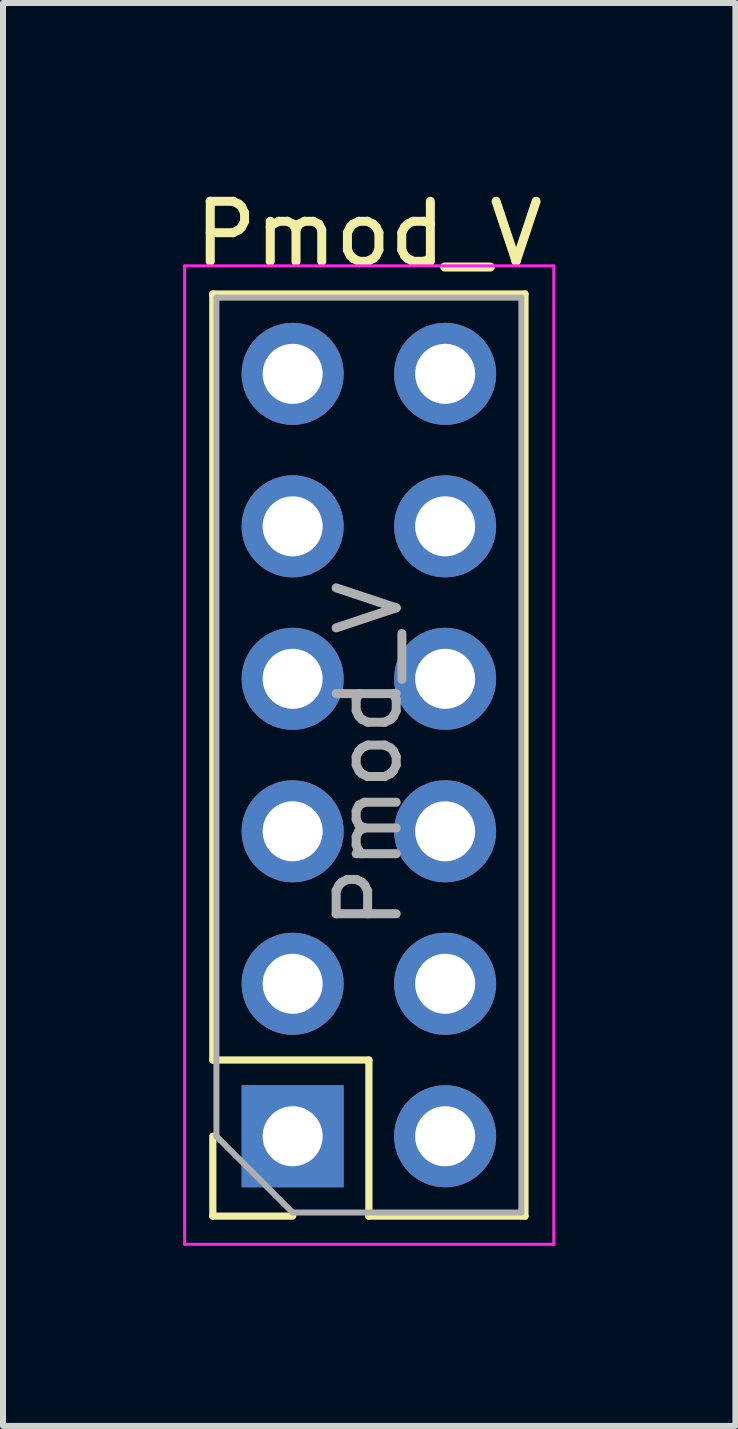
<source format=kicad_pcb>
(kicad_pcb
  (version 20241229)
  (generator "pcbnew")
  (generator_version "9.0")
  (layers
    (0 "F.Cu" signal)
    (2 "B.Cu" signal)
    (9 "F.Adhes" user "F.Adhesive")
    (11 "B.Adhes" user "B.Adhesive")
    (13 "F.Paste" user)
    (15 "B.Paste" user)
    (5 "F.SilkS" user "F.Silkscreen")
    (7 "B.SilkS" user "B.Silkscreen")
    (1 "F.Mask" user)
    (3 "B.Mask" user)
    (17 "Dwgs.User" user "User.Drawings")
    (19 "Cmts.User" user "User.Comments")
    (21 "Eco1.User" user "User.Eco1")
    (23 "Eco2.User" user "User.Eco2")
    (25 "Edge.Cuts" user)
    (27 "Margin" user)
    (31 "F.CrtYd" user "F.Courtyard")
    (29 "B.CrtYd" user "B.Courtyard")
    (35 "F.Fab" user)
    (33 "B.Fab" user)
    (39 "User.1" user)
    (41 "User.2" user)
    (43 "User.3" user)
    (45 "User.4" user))
  (footprint "Pmod_V"
    (layer "F.Cu")
    (at 3.095 9.528)
    (property "Reference" "Pmod_V" (at 0 -8.68 0) (layer "F.SilkS") (effects (font (size 1 1) (thickness 0.15))))
    (attr through_hole)
    (fp_line (start -2.6 -7.68) (end 2.6 -7.68) (stroke (width 0.12) (type solid)) (layer "F.SilkS"))
    (fp_line (start -2.6 5.08) (end -2.6 -7.68) (stroke (width 0.12) (type solid)) (layer "F.SilkS"))
    (fp_line (start -2.6 5.08) (end 0 5.08) (stroke (width 0.12) (type solid)) (layer "F.SilkS"))
    (fp_line (start -2.6 6.35) (end -2.6 7.68) (stroke (width 0.12) (type solid)) (layer "F.SilkS"))
    (fp_line (start -2.6 7.68) (end -1.27 7.68) (stroke (width 0.12) (type solid)) (layer "F.SilkS"))
    (fp_line (start 0 5.08) (end 0 7.68) (stroke (width 0.12) (type solid)) (layer "F.SilkS"))
    (fp_line (start 0 7.68) (end 2.6 7.68) (stroke (width 0.12) (type solid)) (layer "F.SilkS"))
    (fp_line (start 2.6 7.68) (end 2.6 -7.68) (stroke (width 0.12) (type solid)) (layer "F.SilkS"))
    (fp_line (start -3.07 -8.15) (end 3.08 -8.15) (stroke (width 0.05) (type solid)) (layer "F.CrtYd"))
    (fp_line (start -3.07 8.15) (end -3.07 -8.15) (stroke (width 0.05) (type solid)) (layer "F.CrtYd"))
    (fp_line (start 3.08 -8.15) (end 3.08 8.15) (stroke (width 0.05) (type solid)) (layer "F.CrtYd"))
    (fp_line (start 3.08 8.15) (end -3.07 8.15) (stroke (width 0.05) (type solid)) (layer "F.CrtYd"))
    (fp_line (start -2.54 -7.62) (end -2.54 6.35) (stroke (width 0.1) (type solid)) (layer "F.Fab"))
    (fp_line (start -2.54 6.35) (end -1.27 7.62) (stroke (width 0.1) (type solid)) (layer "F.Fab"))
    (fp_line (start -1.27 7.62) (end 2.54 7.62) (stroke (width 0.1) (type solid)) (layer "F.Fab"))
    (fp_line (start 2.54 -7.62) (end -2.54 -7.62) (stroke (width 0.1) (type solid)) (layer "F.Fab"))
    (fp_line (start 2.54 7.62) (end 2.54 -7.62) (stroke (width 0.1) (type solid)) (layer "F.Fab"))
    (fp_text user "${REFERENCE}" (at 0 0 90) (layer "F.Fab") (effects (font (size 1 1) (thickness 0.15))))
    (pad "1" thru_hole rect (at -1.27 6.35) (size 1.7 1.7) (drill 1) (layers "*.Cu" "*.Mask"))
    (pad "2" thru_hole oval (at -1.27 3.81) (size 1.7 1.7) (drill 1) (layers "*.Cu" "*.Mask"))
    (pad "3" thru_hole oval (at -1.27 1.27) (size 1.7 1.7) (drill 1) (layers "*.Cu" "*.Mask"))
    (pad "4" thru_hole oval (at -1.27 -1.27) (size 1.7 1.7) (drill 1) (layers "*.Cu" "*.Mask"))
    (pad "5" thru_hole oval (at -1.27 -3.81) (size 1.7 1.7) (drill 1) (layers "*.Cu" "*.Mask"))
    (pad "6" thru_hole oval (at -1.27 -6.35) (size 1.7 1.7) (drill 1) (layers "*.Cu" "*.Mask"))
    (pad "7" thru_hole oval (at 1.27 6.35) (size 1.7 1.7) (drill 1) (layers "*.Cu" "*.Mask"))
    (pad "8" thru_hole oval (at 1.27 3.81) (size 1.7 1.7) (drill 1) (layers "*.Cu" "*.Mask"))
    (pad "9" thru_hole oval (at 1.27 1.27) (size 1.7 1.7) (drill 1) (layers "*.Cu" "*.Mask"))
    (pad "10" thru_hole oval (at 1.27 -1.27) (size 1.7 1.7) (drill 1) (layers "*.Cu" "*.Mask"))
    (pad "11" thru_hole oval (at 1.27 -3.81) (size 1.7 1.7) (drill 1) (layers "*.Cu" "*.Mask"))
    (pad "12" thru_hole oval (at 1.27 -6.35) (size 1.7 1.7) (drill 1) (layers "*.Cu" "*.Mask")))
  (gr_rect
    (start -3 -3)
    (end 9.2 20.703)
    (stroke (width 0.1) (type default))
    (fill no)
    (layer "Edge.Cuts")))
</source>
